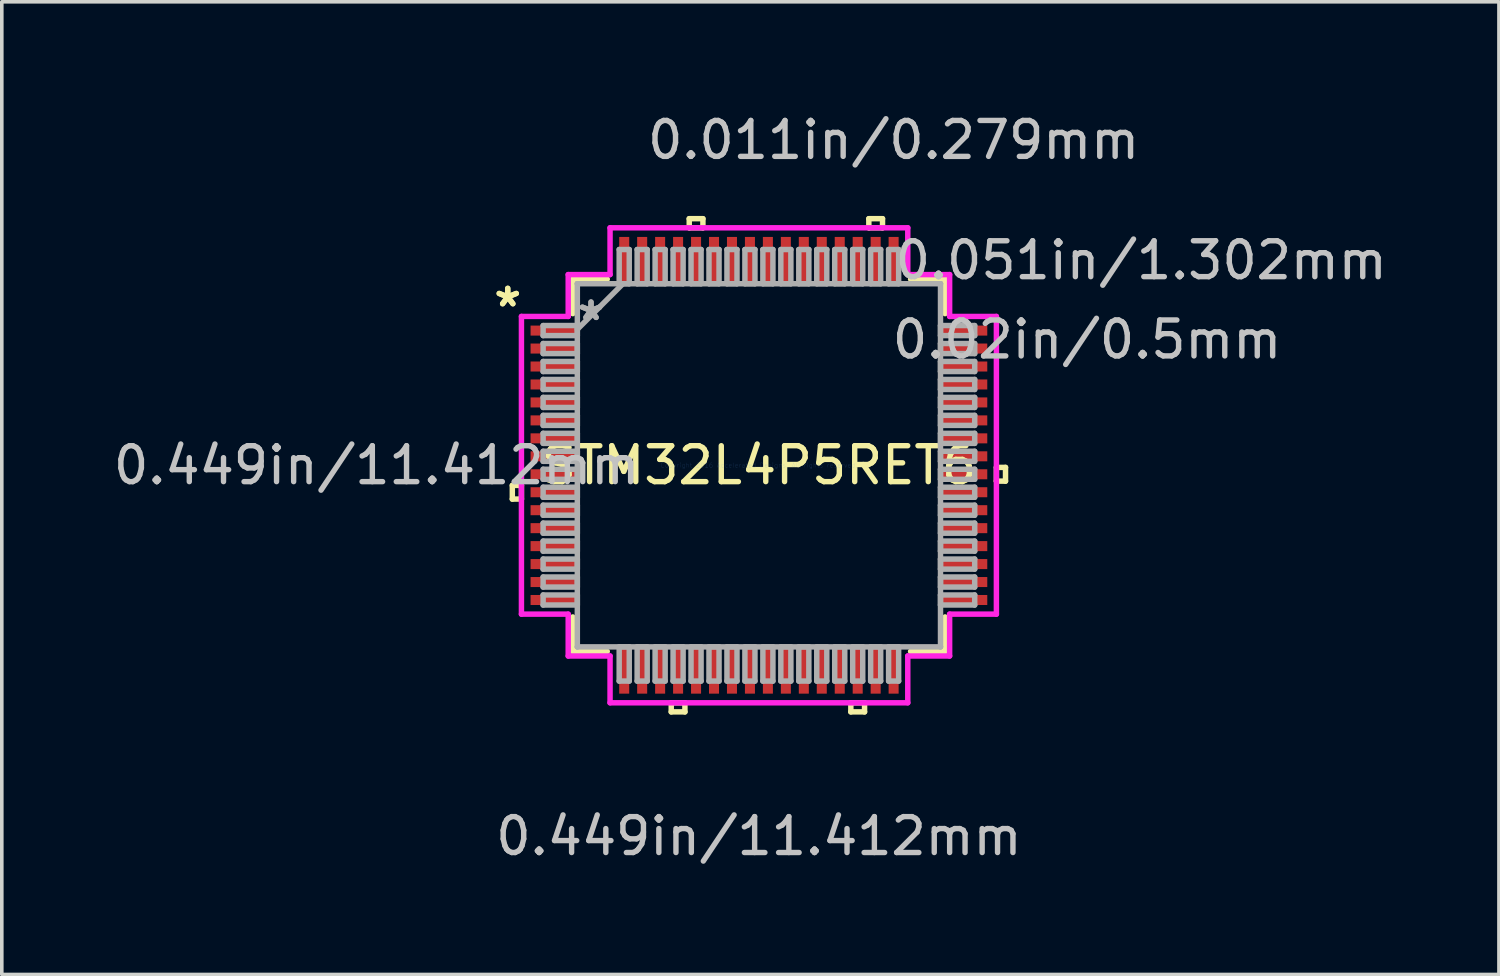
<source format=kicad_pcb>
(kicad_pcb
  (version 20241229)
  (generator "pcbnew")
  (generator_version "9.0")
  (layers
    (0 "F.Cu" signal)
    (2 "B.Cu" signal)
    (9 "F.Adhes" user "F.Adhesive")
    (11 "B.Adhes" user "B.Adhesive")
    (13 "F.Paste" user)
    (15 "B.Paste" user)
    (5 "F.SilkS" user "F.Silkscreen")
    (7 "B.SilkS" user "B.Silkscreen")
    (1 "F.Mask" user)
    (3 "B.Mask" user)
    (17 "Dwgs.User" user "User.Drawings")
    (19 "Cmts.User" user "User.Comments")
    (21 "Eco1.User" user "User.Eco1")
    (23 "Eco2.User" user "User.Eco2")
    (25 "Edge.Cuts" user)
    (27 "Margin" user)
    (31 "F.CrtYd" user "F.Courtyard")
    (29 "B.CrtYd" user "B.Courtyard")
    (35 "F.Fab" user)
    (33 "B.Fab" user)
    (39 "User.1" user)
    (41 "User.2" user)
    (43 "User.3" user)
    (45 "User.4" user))
  (footprint "STM32L4P5RET6"
    (layer "F.Cu")
    (at 18.077 9.903)
    (property "Reference" "STM32L4P5RET6" (at 0 0 0) (layer "F.SilkS") (effects (font (size 1 1) (thickness 0.15))))
    (attr through_hole)
    (fp_line (start -6.865 0.56) (end -6.865 0.941) (stroke (width 0.152) (type solid)) (layer "F.SilkS"))
    (fp_line (start -6.865 0.941) (end -6.611 0.941) (stroke (width 0.152) (type solid)) (layer "F.SilkS"))
    (fp_line (start -6.611 0.56) (end -6.865 0.56) (stroke (width 0.152) (type solid)) (layer "F.SilkS"))
    (fp_line (start -6.611 0.941) (end -6.611 0.56) (stroke (width 0.152) (type solid)) (layer "F.SilkS"))
    (fp_line (start -5.182 -5.182) (end -5.182 -4.222) (stroke (width 0.152) (type solid)) (layer "F.SilkS"))
    (fp_line (start -5.182 4.222) (end -5.182 5.182) (stroke (width 0.152) (type solid)) (layer "F.SilkS"))
    (fp_line (start -5.182 5.182) (end -4.222 5.182) (stroke (width 0.152) (type solid)) (layer "F.SilkS"))
    (fp_line (start -4.222 -5.182) (end -5.182 -5.182) (stroke (width 0.152) (type solid)) (layer "F.SilkS"))
    (fp_line (start -2.441 6.611) (end -2.441 6.865) (stroke (width 0.152) (type solid)) (layer "F.SilkS"))
    (fp_line (start -2.441 6.865) (end -2.06 6.865) (stroke (width 0.152) (type solid)) (layer "F.SilkS"))
    (fp_line (start -2.06 6.611) (end -2.441 6.611) (stroke (width 0.152) (type solid)) (layer "F.SilkS"))
    (fp_line (start -2.06 6.865) (end -2.06 6.611) (stroke (width 0.152) (type solid)) (layer "F.SilkS"))
    (fp_line (start -1.94 -6.865) (end -1.559 -6.865) (stroke (width 0.152) (type solid)) (layer "F.SilkS"))
    (fp_line (start -1.94 -6.611) (end -1.94 -6.865) (stroke (width 0.152) (type solid)) (layer "F.SilkS"))
    (fp_line (start -1.559 -6.865) (end -1.559 -6.611) (stroke (width 0.152) (type solid)) (layer "F.SilkS"))
    (fp_line (start -1.559 -6.611) (end -1.94 -6.611) (stroke (width 0.152) (type solid)) (layer "F.SilkS"))
    (fp_line (start 2.559 6.611) (end 2.559 6.865) (stroke (width 0.152) (type solid)) (layer "F.SilkS"))
    (fp_line (start 2.559 6.865) (end 2.941 6.865) (stroke (width 0.152) (type solid)) (layer "F.SilkS"))
    (fp_line (start 2.941 6.611) (end 2.559 6.611) (stroke (width 0.152) (type solid)) (layer "F.SilkS"))
    (fp_line (start 2.941 6.865) (end 2.941 6.611) (stroke (width 0.152) (type solid)) (layer "F.SilkS"))
    (fp_line (start 3.06 -6.865) (end 3.441 -6.865) (stroke (width 0.152) (type solid)) (layer "F.SilkS"))
    (fp_line (start 3.06 -6.611) (end 3.06 -6.865) (stroke (width 0.152) (type solid)) (layer "F.SilkS"))
    (fp_line (start 3.441 -6.865) (end 3.441 -6.611) (stroke (width 0.152) (type solid)) (layer "F.SilkS"))
    (fp_line (start 3.441 -6.611) (end 3.06 -6.611) (stroke (width 0.152) (type solid)) (layer "F.SilkS"))
    (fp_line (start 4.222 5.182) (end 5.182 5.182) (stroke (width 0.152) (type solid)) (layer "F.SilkS"))
    (fp_line (start 5.182 -5.182) (end 4.222 -5.182) (stroke (width 0.152) (type solid)) (layer "F.SilkS"))
    (fp_line (start 5.182 -4.222) (end 5.182 -5.182) (stroke (width 0.152) (type solid)) (layer "F.SilkS"))
    (fp_line (start 5.182 5.182) (end 5.182 4.222) (stroke (width 0.152) (type solid)) (layer "F.SilkS"))
    (fp_line (start 6.611 0.059) (end 6.865 0.059) (stroke (width 0.152) (type solid)) (layer "F.SilkS"))
    (fp_line (start 6.611 0.441) (end 6.611 0.059) (stroke (width 0.152) (type solid)) (layer "F.SilkS"))
    (fp_line (start 6.865 0.059) (end 6.865 0.441) (stroke (width 0.152) (type solid)) (layer "F.SilkS"))
    (fp_line (start 6.865 0.441) (end 6.611 0.441) (stroke (width 0.152) (type solid)) (layer "F.SilkS"))
    (fp_line (start -6.611 -4.144) (end -5.309 -4.144) (stroke (width 0.152) (type solid)) (layer "F.CrtYd"))
    (fp_line (start -6.611 4.144) (end -6.611 -4.144) (stroke (width 0.152) (type solid)) (layer "F.CrtYd"))
    (fp_line (start -5.309 -5.309) (end -4.144 -5.309) (stroke (width 0.152) (type solid)) (layer "F.CrtYd"))
    (fp_line (start -5.309 -4.144) (end -5.309 -5.309) (stroke (width 0.152) (type solid)) (layer "F.CrtYd"))
    (fp_line (start -5.309 4.144) (end -6.611 4.144) (stroke (width 0.152) (type solid)) (layer "F.CrtYd"))
    (fp_line (start -5.309 5.309) (end -5.309 4.144) (stroke (width 0.152) (type solid)) (layer "F.CrtYd"))
    (fp_line (start -4.144 -6.611) (end 4.144 -6.611) (stroke (width 0.152) (type solid)) (layer "F.CrtYd"))
    (fp_line (start -4.144 -5.309) (end -4.144 -6.611) (stroke (width 0.152) (type solid)) (layer "F.CrtYd"))
    (fp_line (start -4.144 5.309) (end -5.309 5.309) (stroke (width 0.152) (type solid)) (layer "F.CrtYd"))
    (fp_line (start -4.144 6.611) (end -4.144 5.309) (stroke (width 0.152) (type solid)) (layer "F.CrtYd"))
    (fp_line (start 4.144 -6.611) (end 4.144 -5.309) (stroke (width 0.152) (type solid)) (layer "F.CrtYd"))
    (fp_line (start 4.144 -5.309) (end 5.309 -5.309) (stroke (width 0.152) (type solid)) (layer "F.CrtYd"))
    (fp_line (start 4.144 5.309) (end 4.144 6.611) (stroke (width 0.152) (type solid)) (layer "F.CrtYd"))
    (fp_line (start 4.144 6.611) (end -4.144 6.611) (stroke (width 0.152) (type solid)) (layer "F.CrtYd"))
    (fp_line (start 5.309 -5.309) (end 5.309 -4.144) (stroke (width 0.152) (type solid)) (layer "F.CrtYd"))
    (fp_line (start 5.309 -4.144) (end 6.611 -4.144) (stroke (width 0.152) (type solid)) (layer "F.CrtYd"))
    (fp_line (start 5.309 4.144) (end 5.309 5.309) (stroke (width 0.152) (type solid)) (layer "F.CrtYd"))
    (fp_line (start 5.309 5.309) (end 4.144 5.309) (stroke (width 0.152) (type solid)) (layer "F.CrtYd"))
    (fp_line (start 6.611 -4.144) (end 6.611 4.144) (stroke (width 0.152) (type solid)) (layer "F.CrtYd"))
    (fp_line (start 6.611 4.144) (end 5.309 4.144) (stroke (width 0.152) (type solid)) (layer "F.CrtYd"))
    (fp_line (start -6.007 -3.89) (end -6.007 -3.61) (stroke (width 0.152) (type solid)) (layer "F.Fab"))
    (fp_line (start -6.007 -3.61) (end -5.055 -3.61) (stroke (width 0.152) (type solid)) (layer "F.Fab"))
    (fp_line (start -6.007 -3.39) (end -6.007 -3.11) (stroke (width 0.152) (type solid)) (layer "F.Fab"))
    (fp_line (start -6.007 -3.11) (end -5.055 -3.11) (stroke (width 0.152) (type solid)) (layer "F.Fab"))
    (fp_line (start -6.007 -2.89) (end -6.007 -2.61) (stroke (width 0.152) (type solid)) (layer "F.Fab"))
    (fp_line (start -6.007 -2.61) (end -5.055 -2.61) (stroke (width 0.152) (type solid)) (layer "F.Fab"))
    (fp_line (start -6.007 -2.39) (end -6.007 -2.11) (stroke (width 0.152) (type solid)) (layer "F.Fab"))
    (fp_line (start -6.007 -2.11) (end -5.055 -2.11) (stroke (width 0.152) (type solid)) (layer "F.Fab"))
    (fp_line (start -6.007 -1.89) (end -6.007 -1.61) (stroke (width 0.152) (type solid)) (layer "F.Fab"))
    (fp_line (start -6.007 -1.61) (end -5.055 -1.61) (stroke (width 0.152) (type solid)) (layer "F.Fab"))
    (fp_line (start -6.007 -1.39) (end -6.007 -1.11) (stroke (width 0.152) (type solid)) (layer "F.Fab"))
    (fp_line (start -6.007 -1.11) (end -5.055 -1.11) (stroke (width 0.152) (type solid)) (layer "F.Fab"))
    (fp_line (start -6.007 -0.89) (end -6.007 -0.61) (stroke (width 0.152) (type solid)) (layer "F.Fab"))
    (fp_line (start -6.007 -0.61) (end -5.055 -0.61) (stroke (width 0.152) (type solid)) (layer "F.Fab"))
    (fp_line (start -6.007 -0.39) (end -6.007 -0.11) (stroke (width 0.152) (type solid)) (layer "F.Fab"))
    (fp_line (start -6.007 -0.11) (end -5.055 -0.11) (stroke (width 0.152) (type solid)) (layer "F.Fab"))
    (fp_line (start -6.007 0.11) (end -6.007 0.39) (stroke (width 0.152) (type solid)) (layer "F.Fab"))
    (fp_line (start -6.007 0.39) (end -5.055 0.39) (stroke (width 0.152) (type solid)) (layer "F.Fab"))
    (fp_line (start -6.007 0.61) (end -6.007 0.89) (stroke (width 0.152) (type solid)) (layer "F.Fab"))
    (fp_line (start -6.007 0.89) (end -5.055 0.89) (stroke (width 0.152) (type solid)) (layer "F.Fab"))
    (fp_line (start -6.007 1.11) (end -6.007 1.39) (stroke (width 0.152) (type solid)) (layer "F.Fab"))
    (fp_line (start -6.007 1.39) (end -5.055 1.39) (stroke (width 0.152) (type solid)) (layer "F.Fab"))
    (fp_line (start -6.007 1.61) (end -6.007 1.89) (stroke (width 0.152) (type solid)) (layer "F.Fab"))
    (fp_line (start -6.007 1.89) (end -5.055 1.89) (stroke (width 0.152) (type solid)) (layer "F.Fab"))
    (fp_line (start -6.007 2.11) (end -6.007 2.39) (stroke (width 0.152) (type solid)) (layer "F.Fab"))
    (fp_line (start -6.007 2.39) (end -5.055 2.39) (stroke (width 0.152) (type solid)) (layer "F.Fab"))
    (fp_line (start -6.007 2.61) (end -6.007 2.89) (stroke (width 0.152) (type solid)) (layer "F.Fab"))
    (fp_line (start -6.007 2.89) (end -5.055 2.89) (stroke (width 0.152) (type solid)) (layer "F.Fab"))
    (fp_line (start -6.007 3.11) (end -6.007 3.39) (stroke (width 0.152) (type solid)) (layer "F.Fab"))
    (fp_line (start -6.007 3.39) (end -5.055 3.39) (stroke (width 0.152) (type solid)) (layer "F.Fab"))
    (fp_line (start -6.007 3.61) (end -6.007 3.89) (stroke (width 0.152) (type solid)) (layer "F.Fab"))
    (fp_line (start -6.007 3.89) (end -5.055 3.89) (stroke (width 0.152) (type solid)) (layer "F.Fab"))
    (fp_line (start -5.055 -5.055) (end -5.055 -5.055) (stroke (width 0.152) (type solid)) (layer "F.Fab"))
    (fp_line (start -5.055 -5.055) (end -5.055 5.055) (stroke (width 0.152) (type solid)) (layer "F.Fab"))
    (fp_line (start -5.055 -3.89) (end -6.007 -3.89) (stroke (width 0.152) (type solid)) (layer "F.Fab"))
    (fp_line (start -5.055 -3.785) (end -3.785 -5.055) (stroke (width 0.152) (type solid)) (layer "F.Fab"))
    (fp_line (start -5.055 -3.61) (end -5.055 -3.89) (stroke (width 0.152) (type solid)) (layer "F.Fab"))
    (fp_line (start -5.055 -3.39) (end -6.007 -3.39) (stroke (width 0.152) (type solid)) (layer "F.Fab"))
    (fp_line (start -5.055 -3.11) (end -5.055 -3.39) (stroke (width 0.152) (type solid)) (layer "F.Fab"))
    (fp_line (start -5.055 -2.89) (end -6.007 -2.89) (stroke (width 0.152) (type solid)) (layer "F.Fab"))
    (fp_line (start -5.055 -2.61) (end -5.055 -2.89) (stroke (width 0.152) (type solid)) (layer "F.Fab"))
    (fp_line (start -5.055 -2.39) (end -6.007 -2.39) (stroke (width 0.152) (type solid)) (layer "F.Fab"))
    (fp_line (start -5.055 -2.11) (end -5.055 -2.39) (stroke (width 0.152) (type solid)) (layer "F.Fab"))
    (fp_line (start -5.055 -1.89) (end -6.007 -1.89) (stroke (width 0.152) (type solid)) (layer "F.Fab"))
    (fp_line (start -5.055 -1.61) (end -5.055 -1.89) (stroke (width 0.152) (type solid)) (layer "F.Fab"))
    (fp_line (start -5.055 -1.39) (end -6.007 -1.39) (stroke (width 0.152) (type solid)) (layer "F.Fab"))
    (fp_line (start -5.055 -1.11) (end -5.055 -1.39) (stroke (width 0.152) (type solid)) (layer "F.Fab"))
    (fp_line (start -5.055 -0.89) (end -6.007 -0.89) (stroke (width 0.152) (type solid)) (layer "F.Fab"))
    (fp_line (start -5.055 -0.61) (end -5.055 -0.89) (stroke (width 0.152) (type solid)) (layer "F.Fab"))
    (fp_line (start -5.055 -0.39) (end -6.007 -0.39) (stroke (width 0.152) (type solid)) (layer "F.Fab"))
    (fp_line (start -5.055 -0.11) (end -5.055 -0.39) (stroke (width 0.152) (type solid)) (layer "F.Fab"))
    (fp_line (start -5.055 0.11) (end -6.007 0.11) (stroke (width 0.152) (type solid)) (layer "F.Fab"))
    (fp_line (start -5.055 0.39) (end -5.055 0.11) (stroke (width 0.152) (type solid)) (layer "F.Fab"))
    (fp_line (start -5.055 0.61) (end -6.007 0.61) (stroke (width 0.152) (type solid)) (layer "F.Fab"))
    (fp_line (start -5.055 0.89) (end -5.055 0.61) (stroke (width 0.152) (type solid)) (layer "F.Fab"))
    (fp_line (start -5.055 1.11) (end -6.007 1.11) (stroke (width 0.152) (type solid)) (layer "F.Fab"))
    (fp_line (start -5.055 1.39) (end -5.055 1.11) (stroke (width 0.152) (type solid)) (layer "F.Fab"))
    (fp_line (start -5.055 1.61) (end -6.007 1.61) (stroke (width 0.152) (type solid)) (layer "F.Fab"))
    (fp_line (start -5.055 1.89) (end -5.055 1.61) (stroke (width 0.152) (type solid)) (layer "F.Fab"))
    (fp_line (start -5.055 2.11) (end -6.007 2.11) (stroke (width 0.152) (type solid)) (layer "F.Fab"))
    (fp_line (start -5.055 2.39) (end -5.055 2.11) (stroke (width 0.152) (type solid)) (layer "F.Fab"))
    (fp_line (start -5.055 2.61) (end -6.007 2.61) (stroke (width 0.152) (type solid)) (layer "F.Fab"))
    (fp_line (start -5.055 2.89) (end -5.055 2.61) (stroke (width 0.152) (type solid)) (layer "F.Fab"))
    (fp_line (start -5.055 3.11) (end -6.007 3.11) (stroke (width 0.152) (type solid)) (layer "F.Fab"))
    (fp_line (start -5.055 3.39) (end -5.055 3.11) (stroke (width 0.152) (type solid)) (layer "F.Fab"))
    (fp_line (start -5.055 3.61) (end -6.007 3.61) (stroke (width 0.152) (type solid)) (layer "F.Fab"))
    (fp_line (start -5.055 3.89) (end -5.055 3.61) (stroke (width 0.152) (type solid)) (layer "F.Fab"))
    (fp_line (start -5.055 5.055) (end -5.055 5.055) (stroke (width 0.152) (type solid)) (layer "F.Fab"))
    (fp_line (start -5.055 5.055) (end 5.055 5.055) (stroke (width 0.152) (type solid)) (layer "F.Fab"))
    (fp_line (start -3.89 -6.007) (end -3.89 -5.055) (stroke (width 0.152) (type solid)) (layer "F.Fab"))
    (fp_line (start -3.89 -5.055) (end -3.61 -5.055) (stroke (width 0.152) (type solid)) (layer "F.Fab"))
    (fp_line (start -3.89 5.055) (end -3.89 6.007) (stroke (width 0.152) (type solid)) (layer "F.Fab"))
    (fp_line (start -3.89 6.007) (end -3.61 6.007) (stroke (width 0.152) (type solid)) (layer "F.Fab"))
    (fp_line (start -3.61 -6.007) (end -3.89 -6.007) (stroke (width 0.152) (type solid)) (layer "F.Fab"))
    (fp_line (start -3.61 -5.055) (end -3.61 -6.007) (stroke (width 0.152) (type solid)) (layer "F.Fab"))
    (fp_line (start -3.61 5.055) (end -3.89 5.055) (stroke (width 0.152) (type solid)) (layer "F.Fab"))
    (fp_line (start -3.61 6.007) (end -3.61 5.055) (stroke (width 0.152) (type solid)) (layer "F.Fab"))
    (fp_line (start -3.39 -6.007) (end -3.39 -5.055) (stroke (width 0.152) (type solid)) (layer "F.Fab"))
    (fp_line (start -3.39 -5.055) (end -3.11 -5.055) (stroke (width 0.152) (type solid)) (layer "F.Fab"))
    (fp_line (start -3.39 5.055) (end -3.39 6.007) (stroke (width 0.152) (type solid)) (layer "F.Fab"))
    (fp_line (start -3.39 6.007) (end -3.11 6.007) (stroke (width 0.152) (type solid)) (layer "F.Fab"))
    (fp_line (start -3.11 -6.007) (end -3.39 -6.007) (stroke (width 0.152) (type solid)) (layer "F.Fab"))
    (fp_line (start -3.11 -5.055) (end -3.11 -6.007) (stroke (width 0.152) (type solid)) (layer "F.Fab"))
    (fp_line (start -3.11 5.055) (end -3.39 5.055) (stroke (width 0.152) (type solid)) (layer "F.Fab"))
    (fp_line (start -3.11 6.007) (end -3.11 5.055) (stroke (width 0.152) (type solid)) (layer "F.Fab"))
    (fp_line (start -2.89 -6.007) (end -2.89 -5.055) (stroke (width 0.152) (type solid)) (layer "F.Fab"))
    (fp_line (start -2.89 -5.055) (end -2.61 -5.055) (stroke (width 0.152) (type solid)) (layer "F.Fab"))
    (fp_line (start -2.89 5.055) (end -2.89 6.007) (stroke (width 0.152) (type solid)) (layer "F.Fab"))
    (fp_line (start -2.89 6.007) (end -2.61 6.007) (stroke (width 0.152) (type solid)) (layer "F.Fab"))
    (fp_line (start -2.61 -6.007) (end -2.89 -6.007) (stroke (width 0.152) (type solid)) (layer "F.Fab"))
    (fp_line (start -2.61 -5.055) (end -2.61 -6.007) (stroke (width 0.152) (type solid)) (layer "F.Fab"))
    (fp_line (start -2.61 5.055) (end -2.89 5.055) (stroke (width 0.152) (type solid)) (layer "F.Fab"))
    (fp_line (start -2.61 6.007) (end -2.61 5.055) (stroke (width 0.152) (type solid)) (layer "F.Fab"))
    (fp_line (start -2.39 -6.007) (end -2.39 -5.055) (stroke (width 0.152) (type solid)) (layer "F.Fab"))
    (fp_line (start -2.39 -5.055) (end -2.11 -5.055) (stroke (width 0.152) (type solid)) (layer "F.Fab"))
    (fp_line (start -2.39 5.055) (end -2.39 6.007) (stroke (width 0.152) (type solid)) (layer "F.Fab"))
    (fp_line (start -2.39 6.007) (end -2.11 6.007) (stroke (width 0.152) (type solid)) (layer "F.Fab"))
    (fp_line (start -2.11 -6.007) (end -2.39 -6.007) (stroke (width 0.152) (type solid)) (layer "F.Fab"))
    (fp_line (start -2.11 -5.055) (end -2.11 -6.007) (stroke (width 0.152) (type solid)) (layer "F.Fab"))
    (fp_line (start -2.11 5.055) (end -2.39 5.055) (stroke (width 0.152) (type solid)) (layer "F.Fab"))
    (fp_line (start -2.11 6.007) (end -2.11 5.055) (stroke (width 0.152) (type solid)) (layer "F.Fab"))
    (fp_line (start -1.89 -6.007) (end -1.89 -5.055) (stroke (width 0.152) (type solid)) (layer "F.Fab"))
    (fp_line (start -1.89 -5.055) (end -1.61 -5.055) (stroke (width 0.152) (type solid)) (layer "F.Fab"))
    (fp_line (start -1.89 5.055) (end -1.89 6.007) (stroke (width 0.152) (type solid)) (layer "F.Fab"))
    (fp_line (start -1.89 6.007) (end -1.61 6.007) (stroke (width 0.152) (type solid)) (layer "F.Fab"))
    (fp_line (start -1.61 -6.007) (end -1.89 -6.007) (stroke (width 0.152) (type solid)) (layer "F.Fab"))
    (fp_line (start -1.61 -5.055) (end -1.61 -6.007) (stroke (width 0.152) (type solid)) (layer "F.Fab"))
    (fp_line (start -1.61 5.055) (end -1.89 5.055) (stroke (width 0.152) (type solid)) (layer "F.Fab"))
    (fp_line (start -1.61 6.007) (end -1.61 5.055) (stroke (width 0.152) (type solid)) (layer "F.Fab"))
    (fp_line (start -1.39 -6.007) (end -1.39 -5.055) (stroke (width 0.152) (type solid)) (layer "F.Fab"))
    (fp_line (start -1.39 -5.055) (end -1.11 -5.055) (stroke (width 0.152) (type solid)) (layer "F.Fab"))
    (fp_line (start -1.39 5.055) (end -1.39 6.007) (stroke (width 0.152) (type solid)) (layer "F.Fab"))
    (fp_line (start -1.39 6.007) (end -1.11 6.007) (stroke (width 0.152) (type solid)) (layer "F.Fab"))
    (fp_line (start -1.11 -6.007) (end -1.39 -6.007) (stroke (width 0.152) (type solid)) (layer "F.Fab"))
    (fp_line (start -1.11 -5.055) (end -1.11 -6.007) (stroke (width 0.152) (type solid)) (layer "F.Fab"))
    (fp_line (start -1.11 5.055) (end -1.39 5.055) (stroke (width 0.152) (type solid)) (layer "F.Fab"))
    (fp_line (start -1.11 6.007) (end -1.11 5.055) (stroke (width 0.152) (type solid)) (layer "F.Fab"))
    (fp_line (start -0.89 -6.007) (end -0.89 -5.055) (stroke (width 0.152) (type solid)) (layer "F.Fab"))
    (fp_line (start -0.89 -5.055) (end -0.61 -5.055) (stroke (width 0.152) (type solid)) (layer "F.Fab"))
    (fp_line (start -0.89 5.055) (end -0.89 6.007) (stroke (width 0.152) (type solid)) (layer "F.Fab"))
    (fp_line (start -0.89 6.007) (end -0.61 6.007) (stroke (width 0.152) (type solid)) (layer "F.Fab"))
    (fp_line (start -0.61 -6.007) (end -0.89 -6.007) (stroke (width 0.152) (type solid)) (layer "F.Fab"))
    (fp_line (start -0.61 -5.055) (end -0.61 -6.007) (stroke (width 0.152) (type solid)) (layer "F.Fab"))
    (fp_line (start -0.61 5.055) (end -0.89 5.055) (stroke (width 0.152) (type solid)) (layer "F.Fab"))
    (fp_line (start -0.61 6.007) (end -0.61 5.055) (stroke (width 0.152) (type solid)) (layer "F.Fab"))
    (fp_line (start -0.39 -6.007) (end -0.39 -5.055) (stroke (width 0.152) (type solid)) (layer "F.Fab"))
    (fp_line (start -0.39 -5.055) (end -0.11 -5.055) (stroke (width 0.152) (type solid)) (layer "F.Fab"))
    (fp_line (start -0.39 5.055) (end -0.39 6.007) (stroke (width 0.152) (type solid)) (layer "F.Fab"))
    (fp_line (start -0.39 6.007) (end -0.11 6.007) (stroke (width 0.152) (type solid)) (layer "F.Fab"))
    (fp_line (start -0.11 -6.007) (end -0.39 -6.007) (stroke (width 0.152) (type solid)) (layer "F.Fab"))
    (fp_line (start -0.11 -5.055) (end -0.11 -6.007) (stroke (width 0.152) (type solid)) (layer "F.Fab"))
    (fp_line (start -0.11 5.055) (end -0.39 5.055) (stroke (width 0.152) (type solid)) (layer "F.Fab"))
    (fp_line (start -0.11 6.007) (end -0.11 5.055) (stroke (width 0.152) (type solid)) (layer "F.Fab"))
    (fp_line (start 0.11 -6.007) (end 0.11 -5.055) (stroke (width 0.152) (type solid)) (layer "F.Fab"))
    (fp_line (start 0.11 -5.055) (end 0.39 -5.055) (stroke (width 0.152) (type solid)) (layer "F.Fab"))
    (fp_line (start 0.11 5.055) (end 0.11 6.007) (stroke (width 0.152) (type solid)) (layer "F.Fab"))
    (fp_line (start 0.11 6.007) (end 0.39 6.007) (stroke (width 0.152) (type solid)) (layer "F.Fab"))
    (fp_line (start 0.39 -6.007) (end 0.11 -6.007) (stroke (width 0.152) (type solid)) (layer "F.Fab"))
    (fp_line (start 0.39 -5.055) (end 0.39 -6.007) (stroke (width 0.152) (type solid)) (layer "F.Fab"))
    (fp_line (start 0.39 5.055) (end 0.11 5.055) (stroke (width 0.152) (type solid)) (layer "F.Fab"))
    (fp_line (start 0.39 6.007) (end 0.39 5.055) (stroke (width 0.152) (type solid)) (layer "F.Fab"))
    (fp_line (start 0.61 -6.007) (end 0.61 -5.055) (stroke (width 0.152) (type solid)) (layer "F.Fab"))
    (fp_line (start 0.61 -5.055) (end 0.89 -5.055) (stroke (width 0.152) (type solid)) (layer "F.Fab"))
    (fp_line (start 0.61 5.055) (end 0.61 6.007) (stroke (width 0.152) (type solid)) (layer "F.Fab"))
    (fp_line (start 0.61 6.007) (end 0.89 6.007) (stroke (width 0.152) (type solid)) (layer "F.Fab"))
    (fp_line (start 0.89 -6.007) (end 0.61 -6.007) (stroke (width 0.152) (type solid)) (layer "F.Fab"))
    (fp_line (start 0.89 -5.055) (end 0.89 -6.007) (stroke (width 0.152) (type solid)) (layer "F.Fab"))
    (fp_line (start 0.89 5.055) (end 0.61 5.055) (stroke (width 0.152) (type solid)) (layer "F.Fab"))
    (fp_line (start 0.89 6.007) (end 0.89 5.055) (stroke (width 0.152) (type solid)) (layer "F.Fab"))
    (fp_line (start 1.11 -6.007) (end 1.11 -5.055) (stroke (width 0.152) (type solid)) (layer "F.Fab"))
    (fp_line (start 1.11 -5.055) (end 1.39 -5.055) (stroke (width 0.152) (type solid)) (layer "F.Fab"))
    (fp_line (start 1.11 5.055) (end 1.11 6.007) (stroke (width 0.152) (type solid)) (layer "F.Fab"))
    (fp_line (start 1.11 6.007) (end 1.39 6.007) (stroke (width 0.152) (type solid)) (layer "F.Fab"))
    (fp_line (start 1.39 -6.007) (end 1.11 -6.007) (stroke (width 0.152) (type solid)) (layer "F.Fab"))
    (fp_line (start 1.39 -5.055) (end 1.39 -6.007) (stroke (width 0.152) (type solid)) (layer "F.Fab"))
    (fp_line (start 1.39 5.055) (end 1.11 5.055) (stroke (width 0.152) (type solid)) (layer "F.Fab"))
    (fp_line (start 1.39 6.007) (end 1.39 5.055) (stroke (width 0.152) (type solid)) (layer "F.Fab"))
    (fp_line (start 1.61 -6.007) (end 1.61 -5.055) (stroke (width 0.152) (type solid)) (layer "F.Fab"))
    (fp_line (start 1.61 -5.055) (end 1.89 -5.055) (stroke (width 0.152) (type solid)) (layer "F.Fab"))
    (fp_line (start 1.61 5.055) (end 1.61 6.007) (stroke (width 0.152) (type solid)) (layer "F.Fab"))
    (fp_line (start 1.61 6.007) (end 1.89 6.007) (stroke (width 0.152) (type solid)) (layer "F.Fab"))
    (fp_line (start 1.89 -6.007) (end 1.61 -6.007) (stroke (width 0.152) (type solid)) (layer "F.Fab"))
    (fp_line (start 1.89 -5.055) (end 1.89 -6.007) (stroke (width 0.152) (type solid)) (layer "F.Fab"))
    (fp_line (start 1.89 5.055) (end 1.61 5.055) (stroke (width 0.152) (type solid)) (layer "F.Fab"))
    (fp_line (start 1.89 6.007) (end 1.89 5.055) (stroke (width 0.152) (type solid)) (layer "F.Fab"))
    (fp_line (start 2.11 -6.007) (end 2.11 -5.055) (stroke (width 0.152) (type solid)) (layer "F.Fab"))
    (fp_line (start 2.11 -5.055) (end 2.39 -5.055) (stroke (width 0.152) (type solid)) (layer "F.Fab"))
    (fp_line (start 2.11 5.055) (end 2.11 6.007) (stroke (width 0.152) (type solid)) (layer "F.Fab"))
    (fp_line (start 2.11 6.007) (end 2.39 6.007) (stroke (width 0.152) (type solid)) (layer "F.Fab"))
    (fp_line (start 2.39 -6.007) (end 2.11 -6.007) (stroke (width 0.152) (type solid)) (layer "F.Fab"))
    (fp_line (start 2.39 -5.055) (end 2.39 -6.007) (stroke (width 0.152) (type solid)) (layer "F.Fab"))
    (fp_line (start 2.39 5.055) (end 2.11 5.055) (stroke (width 0.152) (type solid)) (layer "F.Fab"))
    (fp_line (start 2.39 6.007) (end 2.39 5.055) (stroke (width 0.152) (type solid)) (layer "F.Fab"))
    (fp_line (start 2.61 -6.007) (end 2.61 -5.055) (stroke (width 0.152) (type solid)) (layer "F.Fab"))
    (fp_line (start 2.61 -5.055) (end 2.89 -5.055) (stroke (width 0.152) (type solid)) (layer "F.Fab"))
    (fp_line (start 2.61 5.055) (end 2.61 6.007) (stroke (width 0.152) (type solid)) (layer "F.Fab"))
    (fp_line (start 2.61 6.007) (end 2.89 6.007) (stroke (width 0.152) (type solid)) (layer "F.Fab"))
    (fp_line (start 2.89 -6.007) (end 2.61 -6.007) (stroke (width 0.152) (type solid)) (layer "F.Fab"))
    (fp_line (start 2.89 -5.055) (end 2.89 -6.007) (stroke (width 0.152) (type solid)) (layer "F.Fab"))
    (fp_line (start 2.89 5.055) (end 2.61 5.055) (stroke (width 0.152) (type solid)) (layer "F.Fab"))
    (fp_line (start 2.89 6.007) (end 2.89 5.055) (stroke (width 0.152) (type solid)) (layer "F.Fab"))
    (fp_line (start 3.11 -6.007) (end 3.11 -5.055) (stroke (width 0.152) (type solid)) (layer "F.Fab"))
    (fp_line (start 3.11 -5.055) (end 3.39 -5.055) (stroke (width 0.152) (type solid)) (layer "F.Fab"))
    (fp_line (start 3.11 5.055) (end 3.11 6.007) (stroke (width 0.152) (type solid)) (layer "F.Fab"))
    (fp_line (start 3.11 6.007) (end 3.39 6.007) (stroke (width 0.152) (type solid)) (layer "F.Fab"))
    (fp_line (start 3.39 -6.007) (end 3.11 -6.007) (stroke (width 0.152) (type solid)) (layer "F.Fab"))
    (fp_line (start 3.39 -5.055) (end 3.39 -6.007) (stroke (width 0.152) (type solid)) (layer "F.Fab"))
    (fp_line (start 3.39 5.055) (end 3.11 5.055) (stroke (width 0.152) (type solid)) (layer "F.Fab"))
    (fp_line (start 3.39 6.007) (end 3.39 5.055) (stroke (width 0.152) (type solid)) (layer "F.Fab"))
    (fp_line (start 3.61 -6.007) (end 3.61 -5.055) (stroke (width 0.152) (type solid)) (layer "F.Fab"))
    (fp_line (start 3.61 -5.055) (end 3.89 -5.055) (stroke (width 0.152) (type solid)) (layer "F.Fab"))
    (fp_line (start 3.61 5.055) (end 3.61 6.007) (stroke (width 0.152) (type solid)) (layer "F.Fab"))
    (fp_line (start 3.61 6.007) (end 3.89 6.007) (stroke (width 0.152) (type solid)) (layer "F.Fab"))
    (fp_line (start 3.89 -6.007) (end 3.61 -6.007) (stroke (width 0.152) (type solid)) (layer "F.Fab"))
    (fp_line (start 3.89 -5.055) (end 3.89 -6.007) (stroke (width 0.152) (type solid)) (layer "F.Fab"))
    (fp_line (start 3.89 5.055) (end 3.61 5.055) (stroke (width 0.152) (type solid)) (layer "F.Fab"))
    (fp_line (start 3.89 6.007) (end 3.89 5.055) (stroke (width 0.152) (type solid)) (layer "F.Fab"))
    (fp_line (start 5.055 -5.055) (end -5.055 -5.055) (stroke (width 0.152) (type solid)) (layer "F.Fab"))
    (fp_line (start 5.055 -5.055) (end 5.055 -5.055) (stroke (width 0.152) (type solid)) (layer "F.Fab"))
    (fp_line (start 5.055 -3.89) (end 5.055 -3.61) (stroke (width 0.152) (type solid)) (layer "F.Fab"))
    (fp_line (start 5.055 -3.61) (end 6.007 -3.61) (stroke (width 0.152) (type solid)) (layer "F.Fab"))
    (fp_line (start 5.055 -3.39) (end 5.055 -3.11) (stroke (width 0.152) (type solid)) (layer "F.Fab"))
    (fp_line (start 5.055 -3.11) (end 6.007 -3.11) (stroke (width 0.152) (type solid)) (layer "F.Fab"))
    (fp_line (start 5.055 -2.89) (end 5.055 -2.61) (stroke (width 0.152) (type solid)) (layer "F.Fab"))
    (fp_line (start 5.055 -2.61) (end 6.007 -2.61) (stroke (width 0.152) (type solid)) (layer "F.Fab"))
    (fp_line (start 5.055 -2.39) (end 5.055 -2.11) (stroke (width 0.152) (type solid)) (layer "F.Fab"))
    (fp_line (start 5.055 -2.11) (end 6.007 -2.11) (stroke (width 0.152) (type solid)) (layer "F.Fab"))
    (fp_line (start 5.055 -1.89) (end 5.055 -1.61) (stroke (width 0.152) (type solid)) (layer "F.Fab"))
    (fp_line (start 5.055 -1.61) (end 6.007 -1.61) (stroke (width 0.152) (type solid)) (layer "F.Fab"))
    (fp_line (start 5.055 -1.39) (end 5.055 -1.11) (stroke (width 0.152) (type solid)) (layer "F.Fab"))
    (fp_line (start 5.055 -1.11) (end 6.007 -1.11) (stroke (width 0.152) (type solid)) (layer "F.Fab"))
    (fp_line (start 5.055 -0.89) (end 5.055 -0.61) (stroke (width 0.152) (type solid)) (layer "F.Fab"))
    (fp_line (start 5.055 -0.61) (end 6.007 -0.61) (stroke (width 0.152) (type solid)) (layer "F.Fab"))
    (fp_line (start 5.055 -0.39) (end 5.055 -0.11) (stroke (width 0.152) (type solid)) (layer "F.Fab"))
    (fp_line (start 5.055 -0.11) (end 6.007 -0.11) (stroke (width 0.152) (type solid)) (layer "F.Fab"))
    (fp_line (start 5.055 0.11) (end 5.055 0.39) (stroke (width 0.152) (type solid)) (layer "F.Fab"))
    (fp_line (start 5.055 0.39) (end 6.007 0.39) (stroke (width 0.152) (type solid)) (layer "F.Fab"))
    (fp_line (start 5.055 0.61) (end 5.055 0.89) (stroke (width 0.152) (type solid)) (layer "F.Fab"))
    (fp_line (start 5.055 0.89) (end 6.007 0.89) (stroke (width 0.152) (type solid)) (layer "F.Fab"))
    (fp_line (start 5.055 1.11) (end 5.055 1.39) (stroke (width 0.152) (type solid)) (layer "F.Fab"))
    (fp_line (start 5.055 1.39) (end 6.007 1.39) (stroke (width 0.152) (type solid)) (layer "F.Fab"))
    (fp_line (start 5.055 1.61) (end 5.055 1.89) (stroke (width 0.152) (type solid)) (layer "F.Fab"))
    (fp_line (start 5.055 1.89) (end 6.007 1.89) (stroke (width 0.152) (type solid)) (layer "F.Fab"))
    (fp_line (start 5.055 2.11) (end 5.055 2.39) (stroke (width 0.152) (type solid)) (layer "F.Fab"))
    (fp_line (start 5.055 2.39) (end 6.007 2.39) (stroke (width 0.152) (type solid)) (layer "F.Fab"))
    (fp_line (start 5.055 2.61) (end 5.055 2.89) (stroke (width 0.152) (type solid)) (layer "F.Fab"))
    (fp_line (start 5.055 2.89) (end 6.007 2.89) (stroke (width 0.152) (type solid)) (layer "F.Fab"))
    (fp_line (start 5.055 3.11) (end 5.055 3.39) (stroke (width 0.152) (type solid)) (layer "F.Fab"))
    (fp_line (start 5.055 3.39) (end 6.007 3.39) (stroke (width 0.152) (type solid)) (layer "F.Fab"))
    (fp_line (start 5.055 3.61) (end 5.055 3.89) (stroke (width 0.152) (type solid)) (layer "F.Fab"))
    (fp_line (start 5.055 3.89) (end 6.007 3.89) (stroke (width 0.152) (type solid)) (layer "F.Fab"))
    (fp_line (start 5.055 5.055) (end 5.055 -5.055) (stroke (width 0.152) (type solid)) (layer "F.Fab"))
    (fp_line (start 5.055 5.055) (end 5.055 5.055) (stroke (width 0.152) (type solid)) (layer "F.Fab"))
    (fp_line (start 6.007 -3.89) (end 5.055 -3.89) (stroke (width 0.152) (type solid)) (layer "F.Fab"))
    (fp_line (start 6.007 -3.61) (end 6.007 -3.89) (stroke (width 0.152) (type solid)) (layer "F.Fab"))
    (fp_line (start 6.007 -3.39) (end 5.055 -3.39) (stroke (width 0.152) (type solid)) (layer "F.Fab"))
    (fp_line (start 6.007 -3.11) (end 6.007 -3.39) (stroke (width 0.152) (type solid)) (layer "F.Fab"))
    (fp_line (start 6.007 -2.89) (end 5.055 -2.89) (stroke (width 0.152) (type solid)) (layer "F.Fab"))
    (fp_line (start 6.007 -2.61) (end 6.007 -2.89) (stroke (width 0.152) (type solid)) (layer "F.Fab"))
    (fp_line (start 6.007 -2.39) (end 5.055 -2.39) (stroke (width 0.152) (type solid)) (layer "F.Fab"))
    (fp_line (start 6.007 -2.11) (end 6.007 -2.39) (stroke (width 0.152) (type solid)) (layer "F.Fab"))
    (fp_line (start 6.007 -1.89) (end 5.055 -1.89) (stroke (width 0.152) (type solid)) (layer "F.Fab"))
    (fp_line (start 6.007 -1.61) (end 6.007 -1.89) (stroke (width 0.152) (type solid)) (layer "F.Fab"))
    (fp_line (start 6.007 -1.39) (end 5.055 -1.39) (stroke (width 0.152) (type solid)) (layer "F.Fab"))
    (fp_line (start 6.007 -1.11) (end 6.007 -1.39) (stroke (width 0.152) (type solid)) (layer "F.Fab"))
    (fp_line (start 6.007 -0.89) (end 5.055 -0.89) (stroke (width 0.152) (type solid)) (layer "F.Fab"))
    (fp_line (start 6.007 -0.61) (end 6.007 -0.89) (stroke (width 0.152) (type solid)) (layer "F.Fab"))
    (fp_line (start 6.007 -0.39) (end 5.055 -0.39) (stroke (width 0.152) (type solid)) (layer "F.Fab"))
    (fp_line (start 6.007 -0.11) (end 6.007 -0.39) (stroke (width 0.152) (type solid)) (layer "F.Fab"))
    (fp_line (start 6.007 0.11) (end 5.055 0.11) (stroke (width 0.152) (type solid)) (layer "F.Fab"))
    (fp_line (start 6.007 0.39) (end 6.007 0.11) (stroke (width 0.152) (type solid)) (layer "F.Fab"))
    (fp_line (start 6.007 0.61) (end 5.055 0.61) (stroke (width 0.152) (type solid)) (layer "F.Fab"))
    (fp_line (start 6.007 0.89) (end 6.007 0.61) (stroke (width 0.152) (type solid)) (layer "F.Fab"))
    (fp_line (start 6.007 1.11) (end 5.055 1.11) (stroke (width 0.152) (type solid)) (layer "F.Fab"))
    (fp_line (start 6.007 1.39) (end 6.007 1.11) (stroke (width 0.152) (type solid)) (layer "F.Fab"))
    (fp_line (start 6.007 1.61) (end 5.055 1.61) (stroke (width 0.152) (type solid)) (layer "F.Fab"))
    (fp_line (start 6.007 1.89) (end 6.007 1.61) (stroke (width 0.152) (type solid)) (layer "F.Fab"))
    (fp_line (start 6.007 2.11) (end 5.055 2.11) (stroke (width 0.152) (type solid)) (layer "F.Fab"))
    (fp_line (start 6.007 2.39) (end 6.007 2.11) (stroke (width 0.152) (type solid)) (layer "F.Fab"))
    (fp_line (start 6.007 2.61) (end 5.055 2.61) (stroke (width 0.152) (type solid)) (layer "F.Fab"))
    (fp_line (start 6.007 2.89) (end 6.007 2.61) (stroke (width 0.152) (type solid)) (layer "F.Fab"))
    (fp_line (start 6.007 3.11) (end 5.055 3.11) (stroke (width 0.152) (type solid)) (layer "F.Fab"))
    (fp_line (start 6.007 3.39) (end 6.007 3.11) (stroke (width 0.152) (type solid)) (layer "F.Fab"))
    (fp_line (start 6.007 3.61) (end 5.055 3.61) (stroke (width 0.152) (type solid)) (layer "F.Fab"))
    (fp_line (start 6.007 3.89) (end 6.007 3.61) (stroke (width 0.152) (type solid)) (layer "F.Fab"))
    (fp_text user "*" (at -6.992 -4.381 0) (layer "F.SilkS") (effects (font (size 1 1) (thickness 0.15))))
    (fp_text user "*" (at -6.992 -4.381 0) (layer "F.SilkS") (effects (font (size 1 1) (thickness 0.15))))
    (fp_text user "0.011in/0.279mm" (at 3.75 -9.055 0) (layer "Dwgs.User") (effects (font (size 1 1) (thickness 0.15))))
    (fp_text user "0.02in/0.5mm" (at 9.135 -3.5 0) (layer "Dwgs.User") (effects (font (size 1 1) (thickness 0.15))))
    (fp_text user "0.449in/11.412mm" (at 0 10.325 0) (layer "Dwgs.User") (effects (font (size 1 1) (thickness 0.15))))
    (fp_text user "0.051in/1.302mm" (at 10.643 -5.706 0) (layer "Dwgs.User") (effects (font (size 1 1) (thickness 0.15))))
    (fp_text user "0.449in/11.412mm" (at -10.643 0 0) (layer "Dwgs.User") (effects (font (size 1 1) (thickness 0.15))))
    (fp_text user "Copyright 2016 Accelerated Designs. All rights reserved." (at 0 0 0) (layer "Cmts.User") (effects (font (size 0.127 0.127) (thickness 0.002))))
    (fp_text user "*" (at -4.674 -4 0) (layer "F.Fab") (effects (font (size 1 1) (thickness 0.15))))
    (fp_text user "*" (at -4.674 -4 0) (layer "F.Fab") (effects (font (size 1 1) (thickness 0.15))))
    (pad "1" smd rect (at -5.706 -3.75 90) (size 0.279 1.302) (layers "F.Cu" "F.Mask" "F.Paste"))
    (pad "2" smd rect (at -5.706 -3.25 90) (size 0.279 1.302) (layers "F.Cu" "F.Mask" "F.Paste"))
    (pad "3" smd rect (at -5.706 -2.75 90) (size 0.279 1.302) (layers "F.Cu" "F.Mask" "F.Paste"))
    (pad "4" smd rect (at -5.706 -2.25 90) (size 0.279 1.302) (layers "F.Cu" "F.Mask" "F.Paste"))
    (pad "5" smd rect (at -5.706 -1.75 90) (size 0.279 1.302) (layers "F.Cu" "F.Mask" "F.Paste"))
    (pad "6" smd rect (at -5.706 -1.25 90) (size 0.279 1.302) (layers "F.Cu" "F.Mask" "F.Paste"))
    (pad "7" smd rect (at -5.706 -0.75 90) (size 0.279 1.302) (layers "F.Cu" "F.Mask" "F.Paste"))
    (pad "8" smd rect (at -5.706 -0.25 90) (size 0.279 1.302) (layers "F.Cu" "F.Mask" "F.Paste"))
    (pad "9" smd rect (at -5.706 0.25 90) (size 0.279 1.302) (layers "F.Cu" "F.Mask" "F.Paste"))
    (pad "10" smd rect (at -5.706 0.75 90) (size 0.279 1.302) (layers "F.Cu" "F.Mask" "F.Paste"))
    (pad "11" smd rect (at -5.706 1.25 90) (size 0.279 1.302) (layers "F.Cu" "F.Mask" "F.Paste"))
    (pad "12" smd rect (at -5.706 1.75 90) (size 0.279 1.302) (layers "F.Cu" "F.Mask" "F.Paste"))
    (pad "13" smd rect (at -5.706 2.25 90) (size 0.279 1.302) (layers "F.Cu" "F.Mask" "F.Paste"))
    (pad "14" smd rect (at -5.706 2.75 90) (size 0.279 1.302) (layers "F.Cu" "F.Mask" "F.Paste"))
    (pad "15" smd rect (at -5.706 3.25 90) (size 0.279 1.302) (layers "F.Cu" "F.Mask" "F.Paste"))
    (pad "16" smd rect (at -5.706 3.75 90) (size 0.279 1.302) (layers "F.Cu" "F.Mask" "F.Paste"))
    (pad "17" smd rect (at -3.75 5.706) (size 0.279 1.302) (layers "F.Cu" "F.Mask" "F.Paste"))
    (pad "18" smd rect (at -3.25 5.706) (size 0.279 1.302) (layers "F.Cu" "F.Mask" "F.Paste"))
    (pad "19" smd rect (at -2.75 5.706) (size 0.279 1.302) (layers "F.Cu" "F.Mask" "F.Paste"))
    (pad "20" smd rect (at -2.25 5.706) (size 0.279 1.302) (layers "F.Cu" "F.Mask" "F.Paste"))
    (pad "21" smd rect (at -1.75 5.706) (size 0.279 1.302) (layers "F.Cu" "F.Mask" "F.Paste"))
    (pad "22" smd rect (at -1.25 5.706) (size 0.279 1.302) (layers "F.Cu" "F.Mask" "F.Paste"))
    (pad "23" smd rect (at -0.75 5.706) (size 0.279 1.302) (layers "F.Cu" "F.Mask" "F.Paste"))
    (pad "24" smd rect (at -0.25 5.706) (size 0.279 1.302) (layers "F.Cu" "F.Mask" "F.Paste"))
    (pad "25" smd rect (at 0.25 5.706) (size 0.279 1.302) (layers "F.Cu" "F.Mask" "F.Paste"))
    (pad "26" smd rect (at 0.75 5.706) (size 0.279 1.302) (layers "F.Cu" "F.Mask" "F.Paste"))
    (pad "27" smd rect (at 1.25 5.706) (size 0.279 1.302) (layers "F.Cu" "F.Mask" "F.Paste"))
    (pad "28" smd rect (at 1.75 5.706) (size 0.279 1.302) (layers "F.Cu" "F.Mask" "F.Paste"))
    (pad "29" smd rect (at 2.25 5.706) (size 0.279 1.302) (layers "F.Cu" "F.Mask" "F.Paste"))
    (pad "30" smd rect (at 2.75 5.706) (size 0.279 1.302) (layers "F.Cu" "F.Mask" "F.Paste"))
    (pad "31" smd rect (at 3.25 5.706) (size 0.279 1.302) (layers "F.Cu" "F.Mask" "F.Paste"))
    (pad "32" smd rect (at 3.75 5.706) (size 0.279 1.302) (layers "F.Cu" "F.Mask" "F.Paste"))
    (pad "33" smd rect (at 5.706 3.75 90) (size 0.279 1.302) (layers "F.Cu" "F.Mask" "F.Paste"))
    (pad "34" smd rect (at 5.706 3.25 90) (size 0.279 1.302) (layers "F.Cu" "F.Mask" "F.Paste"))
    (pad "35" smd rect (at 5.706 2.75 90) (size 0.279 1.302) (layers "F.Cu" "F.Mask" "F.Paste"))
    (pad "36" smd rect (at 5.706 2.25 90) (size 0.279 1.302) (layers "F.Cu" "F.Mask" "F.Paste"))
    (pad "37" smd rect (at 5.706 1.75 90) (size 0.279 1.302) (layers "F.Cu" "F.Mask" "F.Paste"))
    (pad "38" smd rect (at 5.706 1.25 90) (size 0.279 1.302) (layers "F.Cu" "F.Mask" "F.Paste"))
    (pad "39" smd rect (at 5.706 0.75 90) (size 0.279 1.302) (layers "F.Cu" "F.Mask" "F.Paste"))
    (pad "40" smd rect (at 5.706 0.25 90) (size 0.279 1.302) (layers "F.Cu" "F.Mask" "F.Paste"))
    (pad "41" smd rect (at 5.706 -0.25 90) (size 0.279 1.302) (layers "F.Cu" "F.Mask" "F.Paste"))
    (pad "42" smd rect (at 5.706 -0.75 90) (size 0.279 1.302) (layers "F.Cu" "F.Mask" "F.Paste"))
    (pad "43" smd rect (at 5.706 -1.25 90) (size 0.279 1.302) (layers "F.Cu" "F.Mask" "F.Paste"))
    (pad "44" smd rect (at 5.706 -1.75 90) (size 0.279 1.302) (layers "F.Cu" "F.Mask" "F.Paste"))
    (pad "45" smd rect (at 5.706 -2.25 90) (size 0.279 1.302) (layers "F.Cu" "F.Mask" "F.Paste"))
    (pad "46" smd rect (at 5.706 -2.75 90) (size 0.279 1.302) (layers "F.Cu" "F.Mask" "F.Paste"))
    (pad "47" smd rect (at 5.706 -3.25 90) (size 0.279 1.302) (layers "F.Cu" "F.Mask" "F.Paste"))
    (pad "48" smd rect (at 5.706 -3.75 90) (size 0.279 1.302) (layers "F.Cu" "F.Mask" "F.Paste"))
    (pad "49" smd rect (at 3.75 -5.706) (size 0.279 1.302) (layers "F.Cu" "F.Mask" "F.Paste"))
    (pad "50" smd rect (at 3.25 -5.706) (size 0.279 1.302) (layers "F.Cu" "F.Mask" "F.Paste"))
    (pad "51" smd rect (at 2.75 -5.706) (size 0.279 1.302) (layers "F.Cu" "F.Mask" "F.Paste"))
    (pad "52" smd rect (at 2.25 -5.706) (size 0.279 1.302) (layers "F.Cu" "F.Mask" "F.Paste"))
    (pad "53" smd rect (at 1.75 -5.706) (size 0.279 1.302) (layers "F.Cu" "F.Mask" "F.Paste"))
    (pad "54" smd rect (at 1.25 -5.706) (size 0.279 1.302) (layers "F.Cu" "F.Mask" "F.Paste"))
    (pad "55" smd rect (at 0.75 -5.706) (size 0.279 1.302) (layers "F.Cu" "F.Mask" "F.Paste"))
    (pad "56" smd rect (at 0.25 -5.706) (size 0.279 1.302) (layers "F.Cu" "F.Mask" "F.Paste"))
    (pad "57" smd rect (at -0.25 -5.706) (size 0.279 1.302) (layers "F.Cu" "F.Mask" "F.Paste"))
    (pad "58" smd rect (at -0.75 -5.706) (size 0.279 1.302) (layers "F.Cu" "F.Mask" "F.Paste"))
    (pad "59" smd rect (at -1.25 -5.706) (size 0.279 1.302) (layers "F.Cu" "F.Mask" "F.Paste"))
    (pad "60" smd rect (at -1.75 -5.706) (size 0.279 1.302) (layers "F.Cu" "F.Mask" "F.Paste"))
    (pad "61" smd rect (at -2.25 -5.706) (size 0.279 1.302) (layers "F.Cu" "F.Mask" "F.Paste"))
    (pad "62" smd rect (at -2.75 -5.706) (size 0.279 1.302) (layers "F.Cu" "F.Mask" "F.Paste"))
    (pad "63" smd rect (at -3.25 -5.706) (size 0.279 1.302) (layers "F.Cu" "F.Mask" "F.Paste"))
    (pad "64" smd rect (at -3.75 -5.706) (size 0.279 1.302) (layers "F.Cu" "F.Mask" "F.Paste")))
  (gr_rect
    (start -3 -3)
    (end 38.678 24.077)
    (stroke (width 0.1) (type default))
    (fill no)
    (layer "Edge.Cuts")))
</source>
